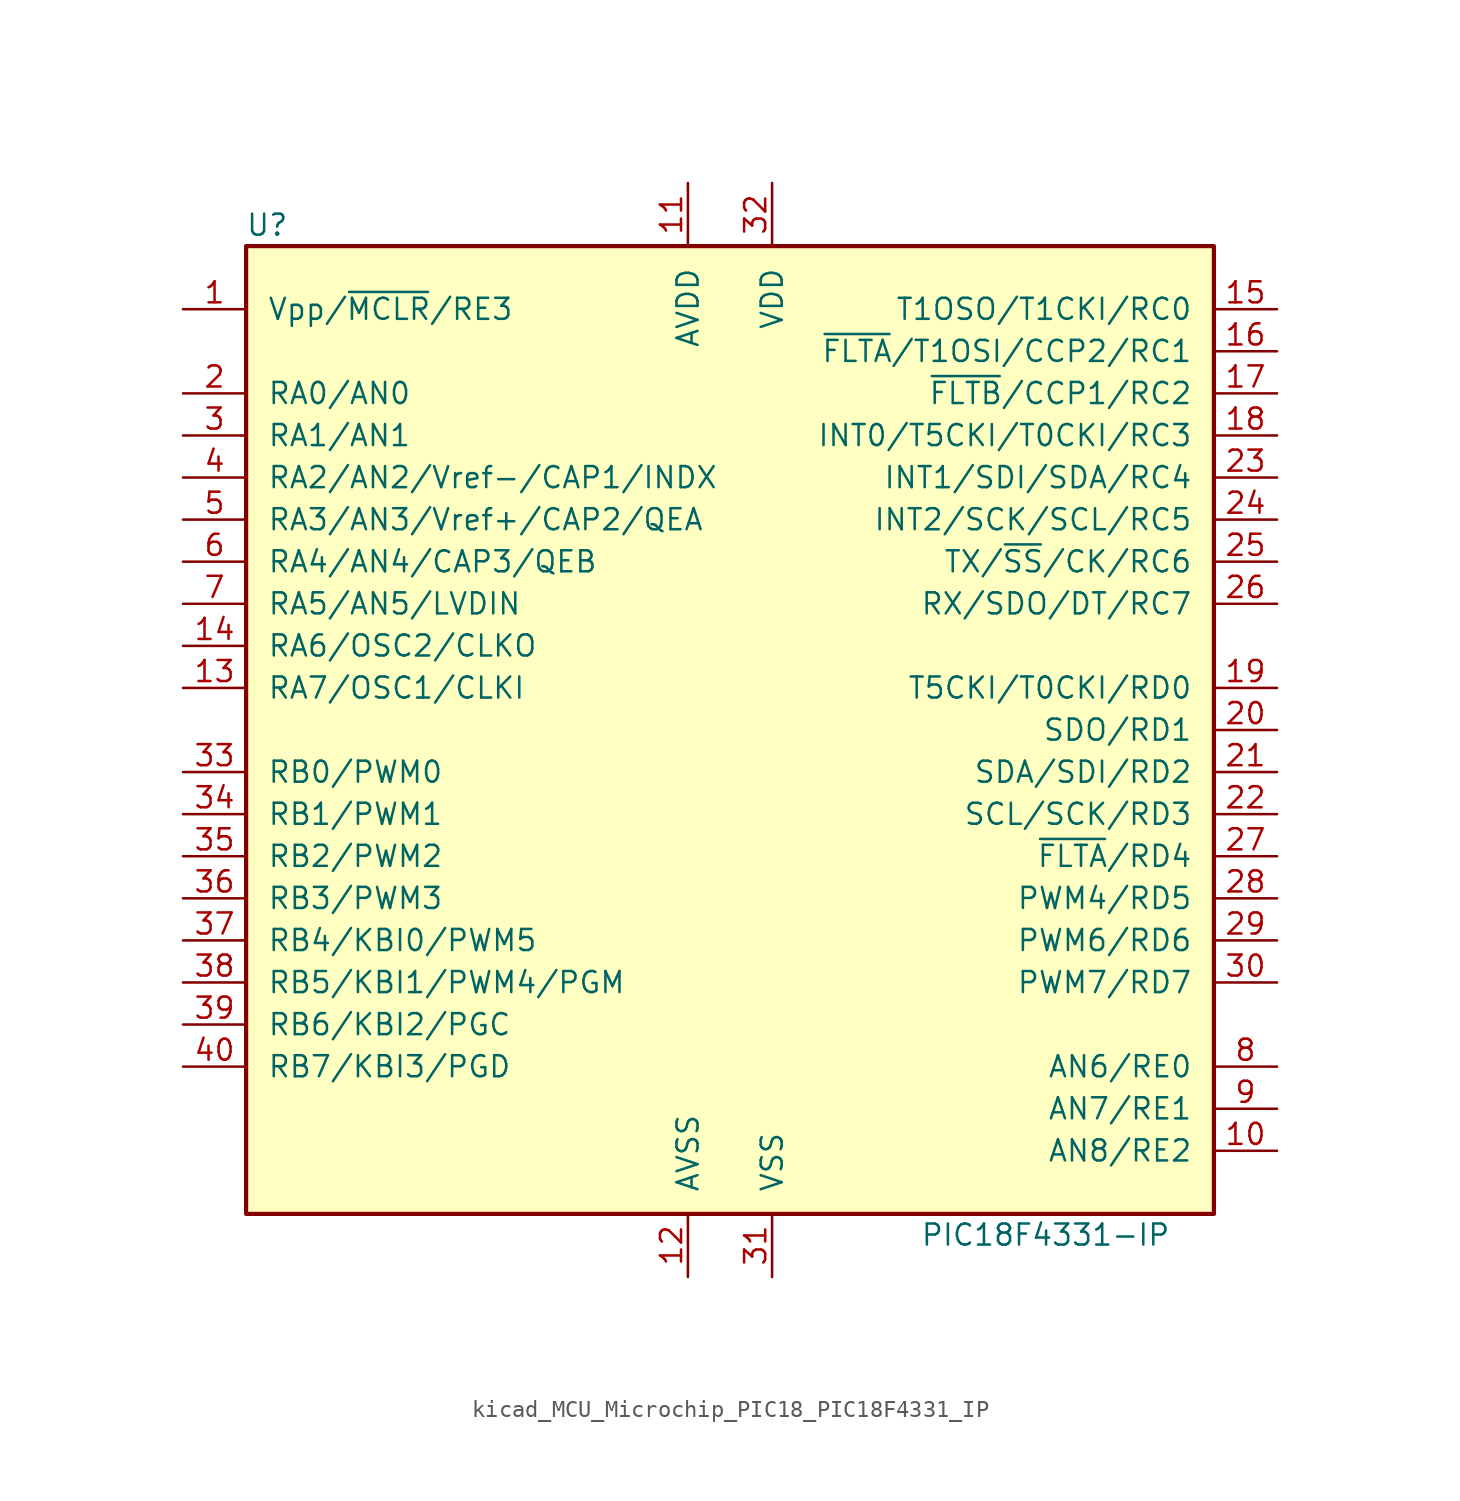
<source format=kicad_sym>
(kicad_symbol_lib
  (version 20220914)
  (generator kicad_symbol_editor)
  (symbol "kicad_MCU_Microchip_PIC18_PIC18F4331_IP"
    (pin_names
      (offset 1.27))
    (property "Reference" "U"
      (at -27.94 30.48 0)
      (effects (font (size 1.27 1.27))))
    (property "Value" "PIC18F4331-IP"
      (at 19.05 -30.48 0)
      (effects (font (size 1.27 1.27))))
    (symbol "kicad_MCU_Microchip_PIC18_PIC18F4331_IP_0_1"
      (rectangle (start -29.21 29.21) (end 29.21 -29.21) (stroke (width 0.254) (type default)) (fill (type background))))
    (symbol "kicad_MCU_Microchip_PIC18_PIC18F4331_IP_1_1"
      (pin input line (at -33.02 25.4 0) (length 3.81) (name "Vpp/~{MCLR}/RE3" (effects (font (size 1.27 1.27)))) (number "1" (effects (font (size 1.27 1.27)))))
      (pin bidirectional line (at 33.02 -25.4 180) (length 3.81) (name "AN8/RE2" (effects (font (size 1.27 1.27)))) (number "10" (effects (font (size 1.27 1.27)))))
      (pin power_in line (at -2.54 33.02 270) (length 3.81) (name "AVDD" (effects (font (size 1.27 1.27)))) (number "11" (effects (font (size 1.27 1.27)))))
      (pin power_in line (at -2.54 -33.02 90) (length 3.81) (name "AVSS" (effects (font (size 1.27 1.27)))) (number "12" (effects (font (size 1.27 1.27)))))
      (pin bidirectional line (at -33.02 2.54 0) (length 3.81) (name "RA7/OSC1/CLKI" (effects (font (size 1.27 1.27)))) (number "13" (effects (font (size 1.27 1.27)))))
      (pin bidirectional line (at -33.02 5.08 0) (length 3.81) (name "RA6/OSC2/CLKO" (effects (font (size 1.27 1.27)))) (number "14" (effects (font (size 1.27 1.27)))))
      (pin bidirectional line (at 33.02 25.4 180) (length 3.81) (name "T1OSO/T1CKI/RC0" (effects (font (size 1.27 1.27)))) (number "15" (effects (font (size 1.27 1.27)))))
      (pin bidirectional line (at 33.02 22.86 180) (length 3.81) (name "~{FLTA}/T1OSI/CCP2/RC1" (effects (font (size 1.27 1.27)))) (number "16" (effects (font (size 1.27 1.27)))))
      (pin bidirectional line (at 33.02 20.32 180) (length 3.81) (name "~{FLTB}/CCP1/RC2" (effects (font (size 1.27 1.27)))) (number "17" (effects (font (size 1.27 1.27)))))
      (pin bidirectional line (at 33.02 17.78 180) (length 3.81) (name "INT0/T5CKI/T0CKI/RC3" (effects (font (size 1.27 1.27)))) (number "18" (effects (font (size 1.27 1.27)))))
      (pin bidirectional line (at 33.02 2.54 180) (length 3.81) (name "T5CKI/T0CKI/RD0" (effects (font (size 1.27 1.27)))) (number "19" (effects (font (size 1.27 1.27)))))
      (pin bidirectional line (at -33.02 20.32 0) (length 3.81) (name "RA0/AN0" (effects (font (size 1.27 1.27)))) (number "2" (effects (font (size 1.27 1.27)))))
      (pin bidirectional line (at 33.02 0 180) (length 3.81) (name "SDO/RD1" (effects (font (size 1.27 1.27)))) (number "20" (effects (font (size 1.27 1.27)))))
      (pin bidirectional line (at 33.02 -2.54 180) (length 3.81) (name "SDA/SDI/RD2" (effects (font (size 1.27 1.27)))) (number "21" (effects (font (size 1.27 1.27)))))
      (pin bidirectional line (at 33.02 -5.08 180) (length 3.81) (name "SCL/SCK/RD3" (effects (font (size 1.27 1.27)))) (number "22" (effects (font (size 1.27 1.27)))))
      (pin bidirectional line (at 33.02 15.24 180) (length 3.81) (name "INT1/SDI/SDA/RC4" (effects (font (size 1.27 1.27)))) (number "23" (effects (font (size 1.27 1.27)))))
      (pin bidirectional line (at 33.02 12.7 180) (length 3.81) (name "INT2/SCK/SCL/RC5" (effects (font (size 1.27 1.27)))) (number "24" (effects (font (size 1.27 1.27)))))
      (pin bidirectional line (at 33.02 10.16 180) (length 3.81) (name "TX/~{SS}/CK/RC6" (effects (font (size 1.27 1.27)))) (number "25" (effects (font (size 1.27 1.27)))))
      (pin bidirectional line (at 33.02 7.62 180) (length 3.81) (name "RX/SDO/DT/RC7" (effects (font (size 1.27 1.27)))) (number "26" (effects (font (size 1.27 1.27)))))
      (pin bidirectional line (at 33.02 -7.62 180) (length 3.81) (name "~{FLTA}/RD4" (effects (font (size 1.27 1.27)))) (number "27" (effects (font (size 1.27 1.27)))))
      (pin bidirectional line (at 33.02 -10.16 180) (length 3.81) (name "PWM4/RD5" (effects (font (size 1.27 1.27)))) (number "28" (effects (font (size 1.27 1.27)))))
      (pin bidirectional line (at 33.02 -12.7 180) (length 3.81) (name "PWM6/RD6" (effects (font (size 1.27 1.27)))) (number "29" (effects (font (size 1.27 1.27)))))
      (pin bidirectional line (at -33.02 17.78 0) (length 3.81) (name "RA1/AN1" (effects (font (size 1.27 1.27)))) (number "3" (effects (font (size 1.27 1.27)))))
      (pin bidirectional line (at 33.02 -15.24 180) (length 3.81) (name "PWM7/RD7" (effects (font (size 1.27 1.27)))) (number "30" (effects (font (size 1.27 1.27)))))
      (pin power_in line (at 2.54 -33.02 90) (length 3.81) (name "VSS" (effects (font (size 1.27 1.27)))) (number "31" (effects (font (size 1.27 1.27)))))
      (pin power_in line (at 2.54 33.02 270) (length 3.81) (name "VDD" (effects (font (size 1.27 1.27)))) (number "32" (effects (font (size 1.27 1.27)))))
      (pin bidirectional line (at -33.02 -2.54 0) (length 3.81) (name "RB0/PWM0" (effects (font (size 1.27 1.27)))) (number "33" (effects (font (size 1.27 1.27)))))
      (pin bidirectional line (at -33.02 -5.08 0) (length 3.81) (name "RB1/PWM1" (effects (font (size 1.27 1.27)))) (number "34" (effects (font (size 1.27 1.27)))))
      (pin bidirectional line (at -33.02 -7.62 0) (length 3.81) (name "RB2/PWM2" (effects (font (size 1.27 1.27)))) (number "35" (effects (font (size 1.27 1.27)))))
      (pin bidirectional line (at -33.02 -10.16 0) (length 3.81) (name "RB3/PWM3" (effects (font (size 1.27 1.27)))) (number "36" (effects (font (size 1.27 1.27)))))
      (pin bidirectional line (at -33.02 -12.7 0) (length 3.81) (name "RB4/KBI0/PWM5" (effects (font (size 1.27 1.27)))) (number "37" (effects (font (size 1.27 1.27)))))
      (pin bidirectional line (at -33.02 -15.24 0) (length 3.81) (name "RB5/KBI1/PWM4/PGM" (effects (font (size 1.27 1.27)))) (number "38" (effects (font (size 1.27 1.27)))))
      (pin bidirectional line (at -33.02 -17.78 0) (length 3.81) (name "RB6/KBI2/PGC" (effects (font (size 1.27 1.27)))) (number "39" (effects (font (size 1.27 1.27)))))
      (pin bidirectional line (at -33.02 15.24 0) (length 3.81) (name "RA2/AN2/Vref-/CAP1/INDX" (effects (font (size 1.27 1.27)))) (number "4" (effects (font (size 1.27 1.27)))))
      (pin bidirectional line (at -33.02 -20.32 0) (length 3.81) (name "RB7/KBI3/PGD" (effects (font (size 1.27 1.27)))) (number "40" (effects (font (size 1.27 1.27)))))
      (pin bidirectional line (at -33.02 12.7 0) (length 3.81) (name "RA3/AN3/Vref+/CAP2/QEA" (effects (font (size 1.27 1.27)))) (number "5" (effects (font (size 1.27 1.27)))))
      (pin bidirectional line (at -33.02 10.16 0) (length 3.81) (name "RA4/AN4/CAP3/QEB" (effects (font (size 1.27 1.27)))) (number "6" (effects (font (size 1.27 1.27)))))
      (pin bidirectional line (at -33.02 7.62 0) (length 3.81) (name "RA5/AN5/LVDIN" (effects (font (size 1.27 1.27)))) (number "7" (effects (font (size 1.27 1.27)))))
      (pin bidirectional line (at 33.02 -20.32 180) (length 3.81) (name "AN6/RE0" (effects (font (size 1.27 1.27)))) (number "8" (effects (font (size 1.27 1.27)))))
      (pin bidirectional line (at 33.02 -22.86 180) (length 3.81) (name "AN7/RE1" (effects (font (size 1.27 1.27)))) (number "9" (effects (font (size 1.27 1.27))))))))
</source>
